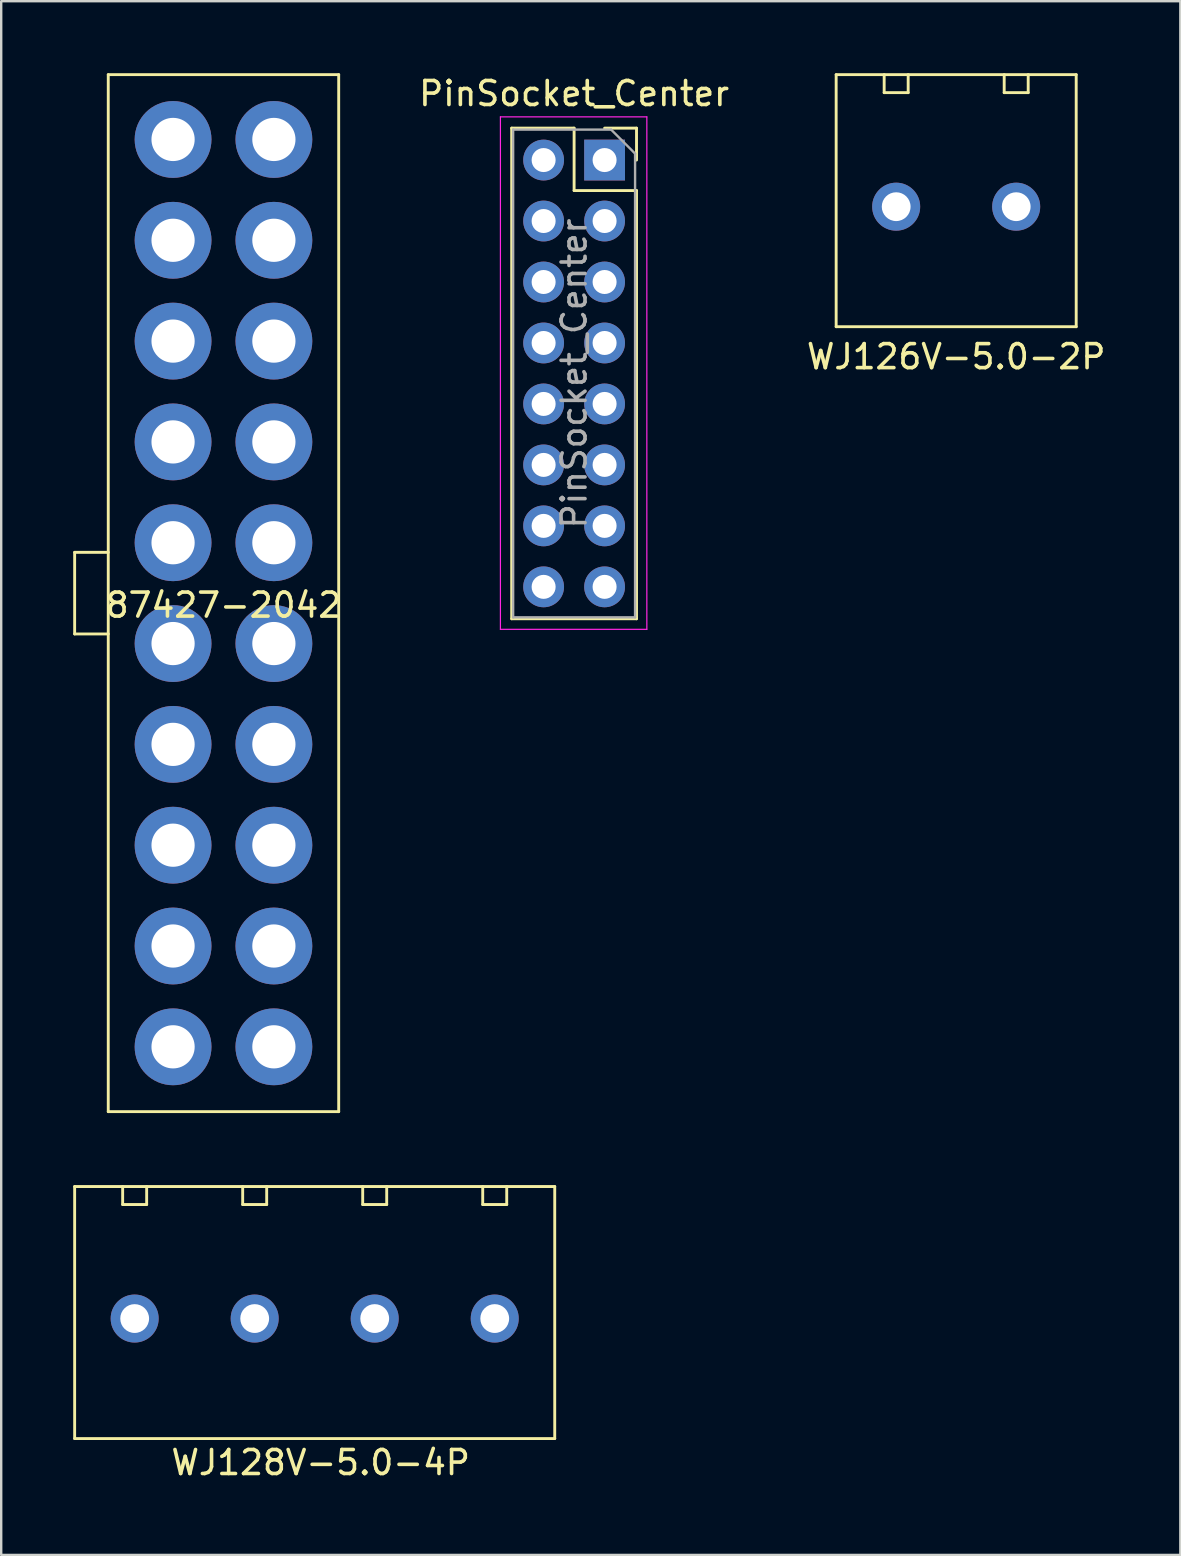
<source format=kicad_pcb>
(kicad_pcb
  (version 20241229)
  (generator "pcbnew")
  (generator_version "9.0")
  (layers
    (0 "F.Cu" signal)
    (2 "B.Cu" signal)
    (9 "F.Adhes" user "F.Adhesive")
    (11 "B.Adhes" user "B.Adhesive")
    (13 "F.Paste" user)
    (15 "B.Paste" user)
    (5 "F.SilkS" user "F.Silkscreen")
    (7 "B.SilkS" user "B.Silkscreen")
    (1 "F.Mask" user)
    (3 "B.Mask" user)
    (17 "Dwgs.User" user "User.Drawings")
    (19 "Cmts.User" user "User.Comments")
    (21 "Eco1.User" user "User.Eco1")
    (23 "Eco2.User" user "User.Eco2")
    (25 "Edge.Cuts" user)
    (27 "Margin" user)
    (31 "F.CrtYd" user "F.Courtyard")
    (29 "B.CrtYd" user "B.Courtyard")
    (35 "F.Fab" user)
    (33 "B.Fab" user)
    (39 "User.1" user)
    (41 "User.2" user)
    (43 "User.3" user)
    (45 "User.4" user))
  (footprint "WJ126V-5.0-2P"
    (layer "F.Cu")
    (at 34.284 5.81)
    (property "Reference" "WJ126V-5.0-2P" (at 2.5 6 0) (unlocked yes) (layer "F.SilkS") (effects (font (size 1 1) (thickness 0.15))))
    (attr through_hole)
    (fp_line (start -2.5 -5.75) (end -2.5 4.75) (stroke (width 0.12) (type solid)) (layer "F.SilkS"))
    (fp_line (start -2.5 4.75) (end 7.5 4.75) (stroke (width 0.12) (type solid)) (layer "F.SilkS"))
    (fp_line (start -0.5 -5.75) (end -0.5 -5) (stroke (width 0.12) (type solid)) (layer "F.SilkS"))
    (fp_line (start -0.5 -5) (end 0.5 -5) (stroke (width 0.12) (type solid)) (layer "F.SilkS"))
    (fp_line (start 0.5 -5) (end 0.5 -5.75) (stroke (width 0.12) (type solid)) (layer "F.SilkS"))
    (fp_line (start 4.5 -5.75) (end 4.5 -5) (stroke (width 0.12) (type solid)) (layer "F.SilkS"))
    (fp_line (start 4.5 -5) (end 5.5 -5) (stroke (width 0.12) (type solid)) (layer "F.SilkS"))
    (fp_line (start 5.5 -5) (end 5.5 -5.75) (stroke (width 0.12) (type solid)) (layer "F.SilkS"))
    (fp_line (start 7.5 -5.75) (end -2.5 -5.75) (stroke (width 0.12) (type solid)) (layer "F.SilkS"))
    (fp_line (start 7.5 4.75) (end 7.5 -5.75) (stroke (width 0.12) (type solid)) (layer "F.SilkS"))
    (pad "1" thru_hole circle (at 0 -0.25) (size 2 2) (drill 1.2) (layers "*.Cu" "*.Mask"))
    (pad "2" thru_hole circle (at 5 -0.25) (size 2 2) (drill 1.2) (layers "*.Cu" "*.Mask")))
  (footprint "WJ128V-5.0-4P"
    (layer "F.Cu")
    (at 2.56 51.88)
    (property "Reference" "WJ128V-5.0-4P" (at 7.75 6 0) (unlocked yes) (layer "F.SilkS") (effects (font (size 1 1) (thickness 0.15))))
    (attr through_hole)
    (fp_line (start -2.5 -5.5) (end -2.5 5) (stroke (width 0.12) (type solid)) (layer "F.SilkS"))
    (fp_line (start -2.5 5) (end 17.5 5) (stroke (width 0.12) (type solid)) (layer "F.SilkS"))
    (fp_line (start -0.5 -5.5) (end -0.5 -4.75) (stroke (width 0.12) (type solid)) (layer "F.SilkS"))
    (fp_line (start -0.5 -4.75) (end 0.5 -4.75) (stroke (width 0.12) (type solid)) (layer "F.SilkS"))
    (fp_line (start 0.5 -4.75) (end 0.5 -5.5) (stroke (width 0.12) (type solid)) (layer "F.SilkS"))
    (fp_line (start 4.5 -5.5) (end 4.5 -4.75) (stroke (width 0.12) (type solid)) (layer "F.SilkS"))
    (fp_line (start 4.5 -4.75) (end 5.5 -4.75) (stroke (width 0.12) (type solid)) (layer "F.SilkS"))
    (fp_line (start 5.5 -4.75) (end 5.5 -5.5) (stroke (width 0.12) (type solid)) (layer "F.SilkS"))
    (fp_line (start 9.5 -5.5) (end 9.5 -4.75) (stroke (width 0.12) (type solid)) (layer "F.SilkS"))
    (fp_line (start 9.5 -4.75) (end 10.5 -4.75) (stroke (width 0.12) (type solid)) (layer "F.SilkS"))
    (fp_line (start 10.5 -4.75) (end 10.5 -5.5) (stroke (width 0.12) (type solid)) (layer "F.SilkS"))
    (fp_line (start 14.5 -5.5) (end 14.5 -4.75) (stroke (width 0.12) (type solid)) (layer "F.SilkS"))
    (fp_line (start 14.5 -4.75) (end 15.5 -4.75) (stroke (width 0.12) (type solid)) (layer "F.SilkS"))
    (fp_line (start 15.5 -4.75) (end 15.5 -5.5) (stroke (width 0.12) (type solid)) (layer "F.SilkS"))
    (fp_line (start 17.5 -5.5) (end -2.5 -5.5) (stroke (width 0.12) (type solid)) (layer "F.SilkS"))
    (fp_line (start 17.5 5) (end 17.5 -5.5) (stroke (width 0.12) (type solid)) (layer "F.SilkS"))
    (pad "1" thru_hole circle (at 0 0) (size 2 2) (drill 1.2) (layers "*.Cu" "*.Mask"))
    (pad "2" thru_hole circle (at 5 0) (size 2 2) (drill 1.2) (layers "*.Cu" "*.Mask"))
    (pad "3" thru_hole circle (at 10 0) (size 2 2) (drill 1.2) (layers "*.Cu" "*.Mask"))
    (pad "4" thru_hole circle (at 15 0) (size 2 2) (drill 1.2) (layers "*.Cu" "*.Mask")))
  (footprint "PinSocket_Center"
    (layer "F.Cu")
    (at 20.937 12.518)
    (property "Reference" "PinSocket_Center" (at -0.07 -11.67 180) (layer "F.SilkS") (effects (font (size 1 1) (thickness 0.15))))
    (attr through_hole)
    (fp_line (start -2.67 -10.23) (end -2.67 10.21) (stroke (width 0.12) (type solid)) (layer "F.SilkS"))
    (fp_line (start -2.67 -10.23) (end -0.07 -10.23) (stroke (width 0.12) (type solid)) (layer "F.SilkS"))
    (fp_line (start -2.67 10.21) (end 2.53 10.21) (stroke (width 0.12) (type solid)) (layer "F.SilkS"))
    (fp_line (start -0.07 -10.23) (end -0.07 -7.63) (stroke (width 0.12) (type solid)) (layer "F.SilkS"))
    (fp_line (start -0.07 -7.63) (end 2.53 -7.63) (stroke (width 0.12) (type solid)) (layer "F.SilkS"))
    (fp_line (start 1.2 -10.23) (end 2.53 -10.23) (stroke (width 0.12) (type solid)) (layer "F.SilkS"))
    (fp_line (start 2.53 -10.23) (end 2.53 -8.9) (stroke (width 0.12) (type solid)) (layer "F.SilkS"))
    (fp_line (start 2.53 -7.63) (end 2.53 10.21) (stroke (width 0.12) (type solid)) (layer "F.SilkS"))
    (fp_line (start -3.14 -10.7) (end 2.96 -10.7) (stroke (width 0.05) (type solid)) (layer "F.CrtYd"))
    (fp_line (start -3.14 10.65) (end -3.14 -10.7) (stroke (width 0.05) (type solid)) (layer "F.CrtYd"))
    (fp_line (start 2.96 -10.7) (end 2.96 10.65) (stroke (width 0.05) (type solid)) (layer "F.CrtYd"))
    (fp_line (start 2.96 10.65) (end -3.14 10.65) (stroke (width 0.05) (type solid)) (layer "F.CrtYd"))
    (fp_line (start -2.61 -10.17) (end 1.47 -10.17) (stroke (width 0.1) (type solid)) (layer "F.Fab"))
    (fp_line (start -2.61 10.15) (end -2.61 -10.17) (stroke (width 0.1) (type solid)) (layer "F.Fab"))
    (fp_line (start 1.47 -10.17) (end 2.47 -9.17) (stroke (width 0.1) (type solid)) (layer "F.Fab"))
    (fp_line (start 2.47 -9.17) (end 2.47 10.15) (stroke (width 0.1) (type solid)) (layer "F.Fab"))
    (fp_line (start 2.47 10.15) (end -2.61 10.15) (stroke (width 0.1) (type solid)) (layer "F.Fab"))
    (fp_text user "${REFERENCE}" (at -0.07 -0.01 270) (layer "F.Fab") (effects (font (size 1 1) (thickness 0.15))))
    (pad "1" thru_hole rect (at 1.2 -8.9) (size 1.7 1.7) (drill 1) (layers "*.Cu" "*.Mask"))
    (pad "2" thru_hole oval (at -1.34 -8.9) (size 1.7 1.7) (drill 1) (layers "*.Cu" "*.Mask"))
    (pad "3" thru_hole oval (at 1.2 -6.36) (size 1.7 1.7) (drill 1) (layers "*.Cu" "*.Mask"))
    (pad "4" thru_hole oval (at -1.34 -6.36) (size 1.7 1.7) (drill 1) (layers "*.Cu" "*.Mask"))
    (pad "5" thru_hole oval (at 1.2 -3.82) (size 1.7 1.7) (drill 1) (layers "*.Cu" "*.Mask"))
    (pad "6" thru_hole oval (at -1.34 -3.82) (size 1.7 1.7) (drill 1) (layers "*.Cu" "*.Mask"))
    (pad "7" thru_hole oval (at 1.2 -1.28) (size 1.7 1.7) (drill 1) (layers "*.Cu" "*.Mask"))
    (pad "8" thru_hole oval (at -1.34 -1.28) (size 1.7 1.7) (drill 1) (layers "*.Cu" "*.Mask"))
    (pad "9" thru_hole oval (at 1.2 1.26) (size 1.7 1.7) (drill 1) (layers "*.Cu" "*.Mask"))
    (pad "10" thru_hole oval (at -1.34 1.26) (size 1.7 1.7) (drill 1) (layers "*.Cu" "*.Mask"))
    (pad "11" thru_hole oval (at 1.2 3.8) (size 1.7 1.7) (drill 1) (layers "*.Cu" "*.Mask"))
    (pad "12" thru_hole oval (at -1.34 3.8) (size 1.7 1.7) (drill 1) (layers "*.Cu" "*.Mask"))
    (pad "13" thru_hole oval (at 1.2 6.34) (size 1.7 1.7) (drill 1) (layers "*.Cu" "*.Mask"))
    (pad "14" thru_hole oval (at -1.34 6.34) (size 1.7 1.7) (drill 1) (layers "*.Cu" "*.Mask"))
    (pad "15" thru_hole oval (at 1.2 8.88) (size 1.7 1.7) (drill 1) (layers "*.Cu" "*.Mask"))
    (pad "16" thru_hole oval (at -1.34 8.88) (size 1.7 1.7) (drill 1) (layers "*.Cu" "*.Mask")))
  (footprint "87427-2042"
    (layer "F.Cu")
    (at 6.26 21.66)
    (property "Reference" "87427-2042" (at 0 0.5 0) (unlocked yes) (layer "F.SilkS") (effects (font (size 1 1) (thickness 0.15))))
    (attr through_hole)
    (fp_line (start -6.2 -1.7) (end -6.2 1.7) (stroke (width 0.12) (type solid)) (layer "F.SilkS"))
    (fp_line (start -6.2 1.7) (end -4.8 1.7) (stroke (width 0.12) (type solid)) (layer "F.SilkS"))
    (fp_line (start -4.8 -21.6) (end -4.8 21.6) (stroke (width 0.12) (type solid)) (layer "F.SilkS"))
    (fp_line (start -4.8 -1.7) (end -6.2 -1.7) (stroke (width 0.12) (type solid)) (layer "F.SilkS"))
    (fp_line (start -4.8 21.6) (end 4.8 21.6) (stroke (width 0.12) (type solid)) (layer "F.SilkS"))
    (fp_line (start 4.8 -21.6) (end -4.8 -21.6) (stroke (width 0.12) (type solid)) (layer "F.SilkS"))
    (fp_line (start 4.8 21.6) (end 4.8 -21.6) (stroke (width 0.12) (type solid)) (layer "F.SilkS"))
    (pad "1" thru_hole circle (at 2.1 -18.9) (size 3.2 3.2) (drill 1.8) (layers "*.Cu" "*.Mask"))
    (pad "2" thru_hole circle (at 2.1 -14.7) (size 3.2 3.2) (drill 1.8) (layers "*.Cu" "*.Mask"))
    (pad "3" thru_hole circle (at 2.1 -10.5) (size 3.2 3.2) (drill 1.8) (layers "*.Cu" "*.Mask"))
    (pad "4" thru_hole circle (at 2.1 -6.3) (size 3.2 3.2) (drill 1.8) (layers "*.Cu" "*.Mask"))
    (pad "5" thru_hole circle (at 2.1 -2.1) (size 3.2 3.2) (drill 1.8) (layers "*.Cu" "*.Mask"))
    (pad "6" thru_hole circle (at 2.1 2.1) (size 3.2 3.2) (drill 1.8) (layers "*.Cu" "*.Mask"))
    (pad "7" thru_hole circle (at 2.1 6.3) (size 3.2 3.2) (drill 1.8) (layers "*.Cu" "*.Mask"))
    (pad "8" thru_hole circle (at 2.1 10.5) (size 3.2 3.2) (drill 1.8) (layers "*.Cu" "*.Mask"))
    (pad "9" thru_hole circle (at 2.1 14.7) (size 3.2 3.2) (drill 1.8) (layers "*.Cu" "*.Mask"))
    (pad "10" thru_hole circle (at 2.1 18.9) (size 3.2 3.2) (drill 1.8) (layers "*.Cu" "*.Mask"))
    (pad "11" thru_hole circle (at -2.1 -18.9) (size 3.2 3.2) (drill 1.8) (layers "*.Cu" "*.Mask"))
    (pad "12" thru_hole circle (at -2.1 -14.7) (size 3.2 3.2) (drill 1.8) (layers "*.Cu" "*.Mask"))
    (pad "13" thru_hole circle (at -2.1 -10.5) (size 3.2 3.2) (drill 1.8) (layers "*.Cu" "*.Mask"))
    (pad "14" thru_hole circle (at -2.1 -6.3) (size 3.2 3.2) (drill 1.8) (layers "*.Cu" "*.Mask"))
    (pad "15" thru_hole circle (at -2.1 -2.1) (size 3.2 3.2) (drill 1.8) (layers "*.Cu" "*.Mask"))
    (pad "16" thru_hole circle (at -2.1 2.1) (size 3.2 3.2) (drill 1.8) (layers "*.Cu" "*.Mask"))
    (pad "17" thru_hole circle (at -2.1 6.3) (size 3.2 3.2) (drill 1.8) (layers "*.Cu" "*.Mask"))
    (pad "18" thru_hole circle (at -2.1 10.5) (size 3.2 3.2) (drill 1.8) (layers "*.Cu" "*.Mask"))
    (pad "19" thru_hole circle (at -2.1 14.7) (size 3.2 3.2) (drill 1.8) (layers "*.Cu" "*.Mask"))
    (pad "20" thru_hole circle (at -2.1 18.9) (size 3.2 3.2) (drill 1.8) (layers "*.Cu" "*.Mask")))
  (gr_rect
    (start -3 -3)
    (end 46.123 61.728)
    (stroke (width 0.1) (type default))
    (fill no)
    (layer "Edge.Cuts")))
</source>
